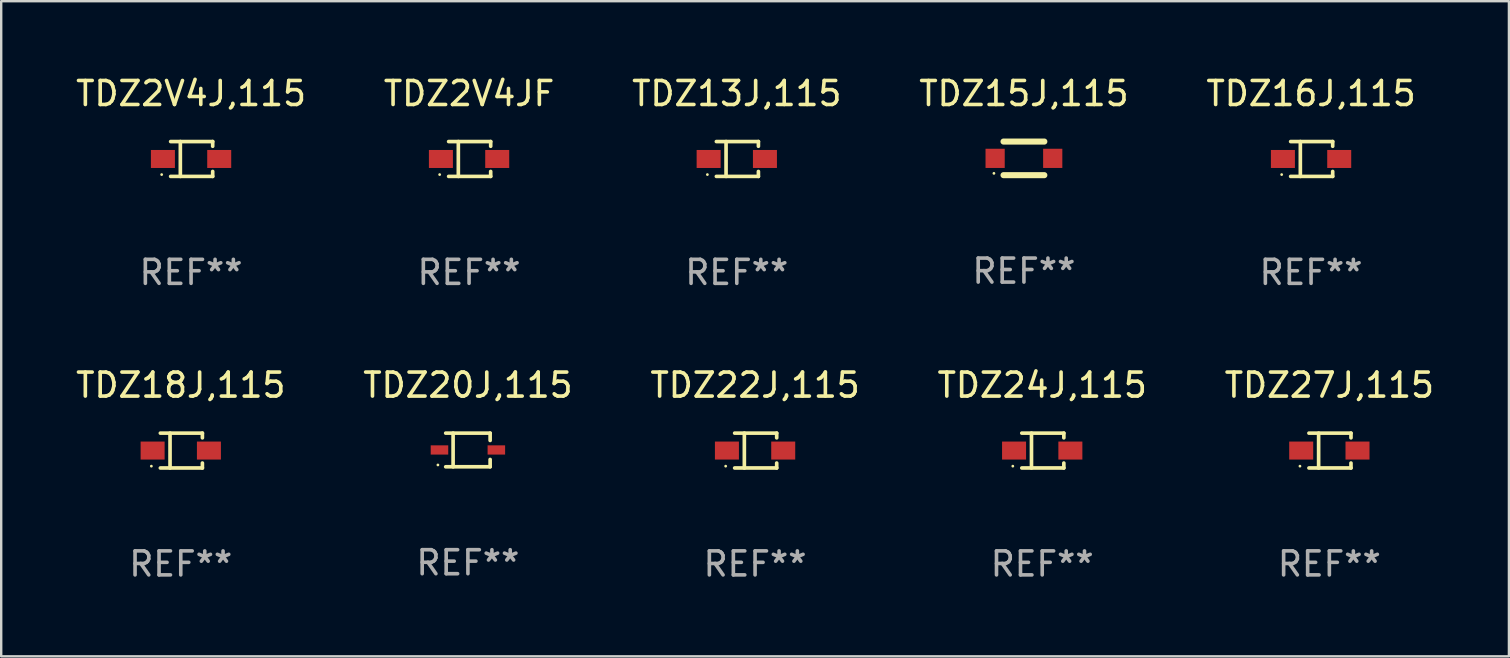
<source format=kicad_pcb>
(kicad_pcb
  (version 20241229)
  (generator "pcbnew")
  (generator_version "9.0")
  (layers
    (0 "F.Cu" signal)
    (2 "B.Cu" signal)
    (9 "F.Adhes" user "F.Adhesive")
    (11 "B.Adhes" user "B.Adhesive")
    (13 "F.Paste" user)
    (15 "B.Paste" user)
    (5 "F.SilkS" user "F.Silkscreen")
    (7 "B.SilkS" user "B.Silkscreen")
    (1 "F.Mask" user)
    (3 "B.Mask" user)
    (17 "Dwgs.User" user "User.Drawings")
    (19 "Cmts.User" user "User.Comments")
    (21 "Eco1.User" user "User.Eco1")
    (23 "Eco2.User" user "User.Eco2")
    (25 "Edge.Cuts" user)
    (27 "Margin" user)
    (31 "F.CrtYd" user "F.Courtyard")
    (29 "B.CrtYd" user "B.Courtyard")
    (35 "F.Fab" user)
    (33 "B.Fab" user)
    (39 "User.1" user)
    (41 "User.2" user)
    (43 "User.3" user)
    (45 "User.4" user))
  (footprint "TDZ13J,115"
    (layer "F.Cu")
    (at 27.649 3.574)
    (property "Reference" "TDZ13J,115" (at 0 -2.726 0) (layer "F.SilkS") (effects (font (size 1 1) (thickness 0.15))))
    (attr through_hole)
    (fp_line (start -0.851 -0.726) (end 0.901 -0.726) (stroke (width 0.152) (type solid)) (layer "F.SilkS"))
    (fp_line (start -0.851 0.726) (end 0.901 0.726) (stroke (width 0.152) (type solid)) (layer "F.SilkS"))
    (fp_line (start -0.447 -0.726) (end -0.447 0.726) (stroke (width 0.152) (type solid)) (layer "F.SilkS"))
    (fp_line (start 0.901 -0.726) (end 0.901 -0.53) (stroke (width 0.152) (type solid)) (layer "F.SilkS"))
    (fp_line (start 0.901 0.726) (end 0.901 0.52) (stroke (width 0.152) (type solid)) (layer "F.SilkS"))
    (fp_circle (center -1.225 0.65) (end -1.195 0.65) (stroke (width 0.06) (type solid)) (fill no) (layer "F.SilkS"))
    (fp_text user "REF**" (at 0 4.726 0) (layer "F.Fab") (effects (font (size 1 1) (thickness 0.15))))
    (pad "1" smd rect (at -1.173 0) (size 1 0.75) (layers "F.Cu" "F.Mask" "F.Paste"))
    (pad "2" smd rect (at 1.173 0) (size 1 0.75) (layers "F.Cu" "F.Mask" "F.Paste")))
  (footprint "TDZ16J,115"
    (layer "F.Cu")
    (at 51.577 3.574)
    (property "Reference" "TDZ16J,115" (at 0 -2.726 0) (layer "F.SilkS") (effects (font (size 1 1) (thickness 0.15))))
    (attr through_hole)
    (fp_line (start -0.851 -0.726) (end 0.901 -0.726) (stroke (width 0.152) (type solid)) (layer "F.SilkS"))
    (fp_line (start -0.851 0.726) (end 0.901 0.726) (stroke (width 0.152) (type solid)) (layer "F.SilkS"))
    (fp_line (start -0.447 -0.726) (end -0.447 0.726) (stroke (width 0.152) (type solid)) (layer "F.SilkS"))
    (fp_line (start 0.901 -0.726) (end 0.901 -0.53) (stroke (width 0.152) (type solid)) (layer "F.SilkS"))
    (fp_line (start 0.901 0.726) (end 0.901 0.52) (stroke (width 0.152) (type solid)) (layer "F.SilkS"))
    (fp_circle (center -1.225 0.65) (end -1.195 0.65) (stroke (width 0.06) (type solid)) (fill no) (layer "F.SilkS"))
    (fp_text user "REF**" (at 0 4.726 0) (layer "F.Fab") (effects (font (size 1 1) (thickness 0.15))))
    (pad "1" smd rect (at -1.173 0) (size 1 0.75) (layers "F.Cu" "F.Mask" "F.Paste"))
    (pad "2" smd rect (at 1.173 0) (size 1 0.75) (layers "F.Cu" "F.Mask" "F.Paste")))
  (footprint "TDZ2V4J,115"
    (layer "F.Cu")
    (at 4.911 3.574)
    (property "Reference" "TDZ2V4J,115" (at 0 -2.726 0) (layer "F.SilkS") (effects (font (size 1 1) (thickness 0.15))))
    (attr through_hole)
    (fp_line (start -0.851 -0.726) (end 0.901 -0.726) (stroke (width 0.152) (type solid)) (layer "F.SilkS"))
    (fp_line (start -0.851 0.726) (end 0.901 0.726) (stroke (width 0.152) (type solid)) (layer "F.SilkS"))
    (fp_line (start -0.447 -0.726) (end -0.447 0.726) (stroke (width 0.152) (type solid)) (layer "F.SilkS"))
    (fp_line (start 0.901 -0.726) (end 0.901 -0.53) (stroke (width 0.152) (type solid)) (layer "F.SilkS"))
    (fp_line (start 0.901 0.726) (end 0.901 0.52) (stroke (width 0.152) (type solid)) (layer "F.SilkS"))
    (fp_circle (center -1.225 0.65) (end -1.195 0.65) (stroke (width 0.06) (type solid)) (fill no) (layer "F.SilkS"))
    (fp_text user "REF**" (at 0 4.726 0) (layer "F.Fab") (effects (font (size 1 1) (thickness 0.15))))
    (pad "1" smd rect (at -1.173 0) (size 1 0.75) (layers "F.Cu" "F.Mask" "F.Paste"))
    (pad "2" smd rect (at 1.173 0) (size 1 0.75) (layers "F.Cu" "F.Mask" "F.Paste")))
  (footprint "TDZ20J,115"
    (layer "F.Cu")
    (at 16.446 15.698)
    (property "Reference" "TDZ20J,115" (at 0 -2.701 0) (layer "F.SilkS") (effects (font (size 1 1) (thickness 0.15))))
    (attr through_hole)
    (fp_line (start -0.926 -0.701) (end 0.926 -0.701) (stroke (width 0.152) (type solid)) (layer "F.SilkS"))
    (fp_line (start -0.926 0.701) (end 0.926 0.701) (stroke (width 0.152) (type solid)) (layer "F.SilkS"))
    (fp_line (start -0.617 -0.701) (end -0.617 0.701) (stroke (width 0.152) (type solid)) (layer "F.SilkS"))
    (fp_line (start 0.926 -0.701) (end 0.926 -0.396) (stroke (width 0.152) (type solid)) (layer "F.SilkS"))
    (fp_line (start 0.926 0.701) (end 0.926 0.396) (stroke (width 0.152) (type solid)) (layer "F.SilkS"))
    (fp_circle (center -1.25 0.625) (end -1.22 0.625) (stroke (width 0.06) (type solid)) (fill no) (layer "F.SilkS"))
    (fp_text user "REF**" (at 0 4.701 0) (layer "F.Fab") (effects (font (size 1 1) (thickness 0.15))))
    (pad "1" smd rect (at -1.185 0 180) (size 0.73 0.385) (layers "F.Cu" "F.Mask" "F.Paste"))
    (pad "2" smd rect (at 1.185 0 180) (size 0.73 0.385) (layers "F.Cu" "F.Mask" "F.Paste")))
  (footprint "TDZ2V4JF"
    (layer "F.Cu")
    (at 16.494 3.574)
    (property "Reference" "TDZ2V4JF" (at 0 -2.726 0) (layer "F.SilkS") (effects (font (size 1 1) (thickness 0.15))))
    (attr through_hole)
    (fp_line (start -0.851 -0.726) (end 0.901 -0.726) (stroke (width 0.152) (type solid)) (layer "F.SilkS"))
    (fp_line (start -0.851 0.726) (end 0.901 0.726) (stroke (width 0.152) (type solid)) (layer "F.SilkS"))
    (fp_line (start -0.447 -0.726) (end -0.447 0.726) (stroke (width 0.152) (type solid)) (layer "F.SilkS"))
    (fp_line (start 0.901 -0.726) (end 0.901 -0.53) (stroke (width 0.152) (type solid)) (layer "F.SilkS"))
    (fp_line (start 0.901 0.726) (end 0.901 0.52) (stroke (width 0.152) (type solid)) (layer "F.SilkS"))
    (fp_circle (center -1.225 0.65) (end -1.195 0.65) (stroke (width 0.06) (type solid)) (fill no) (layer "F.SilkS"))
    (fp_text user "REF**" (at 0 4.726 0) (layer "F.Fab") (effects (font (size 1 1) (thickness 0.15))))
    (pad "1" smd rect (at -1.173 0) (size 1 0.75) (layers "F.Cu" "F.Mask" "F.Paste"))
    (pad "2" smd rect (at 1.173 0) (size 1 0.75) (layers "F.Cu" "F.Mask" "F.Paste")))
  (footprint "TDZ24J,115"
    (layer "F.Cu")
    (at 40.375 15.723)
    (property "Reference" "TDZ24J,115" (at 0 -2.726 0) (layer "F.SilkS") (effects (font (size 1 1) (thickness 0.15))))
    (attr through_hole)
    (fp_line (start -0.851 -0.726) (end 0.901 -0.726) (stroke (width 0.152) (type solid)) (layer "F.SilkS"))
    (fp_line (start -0.851 0.726) (end 0.901 0.726) (stroke (width 0.152) (type solid)) (layer "F.SilkS"))
    (fp_line (start -0.447 -0.726) (end -0.447 0.726) (stroke (width 0.152) (type solid)) (layer "F.SilkS"))
    (fp_line (start 0.901 -0.726) (end 0.901 -0.53) (stroke (width 0.152) (type solid)) (layer "F.SilkS"))
    (fp_line (start 0.901 0.726) (end 0.901 0.52) (stroke (width 0.152) (type solid)) (layer "F.SilkS"))
    (fp_circle (center -1.225 0.65) (end -1.195 0.65) (stroke (width 0.06) (type solid)) (fill no) (layer "F.SilkS"))
    (fp_text user "REF**" (at 0 4.726 0) (layer "F.Fab") (effects (font (size 1 1) (thickness 0.15))))
    (pad "1" smd rect (at -1.173 0) (size 1 0.75) (layers "F.Cu" "F.Mask" "F.Paste"))
    (pad "2" smd rect (at 1.173 0) (size 1 0.75) (layers "F.Cu" "F.Mask" "F.Paste")))
  (footprint "TDZ27J,115"
    (layer "F.Cu")
    (at 52.339 15.723)
    (property "Reference" "TDZ27J,115" (at 0 -2.726 0) (layer "F.SilkS") (effects (font (size 1 1) (thickness 0.15))))
    (attr through_hole)
    (fp_line (start -0.851 -0.726) (end 0.901 -0.726) (stroke (width 0.152) (type solid)) (layer "F.SilkS"))
    (fp_line (start -0.851 0.726) (end 0.901 0.726) (stroke (width 0.152) (type solid)) (layer "F.SilkS"))
    (fp_line (start -0.447 -0.726) (end -0.447 0.726) (stroke (width 0.152) (type solid)) (layer "F.SilkS"))
    (fp_line (start 0.901 -0.726) (end 0.901 -0.53) (stroke (width 0.152) (type solid)) (layer "F.SilkS"))
    (fp_line (start 0.901 0.726) (end 0.901 0.52) (stroke (width 0.152) (type solid)) (layer "F.SilkS"))
    (fp_circle (center -1.225 0.65) (end -1.195 0.65) (stroke (width 0.06) (type solid)) (fill no) (layer "F.SilkS"))
    (fp_text user "REF**" (at 0 4.726 0) (layer "F.Fab") (effects (font (size 1 1) (thickness 0.15))))
    (pad "1" smd rect (at -1.173 0) (size 1 0.75) (layers "F.Cu" "F.Mask" "F.Paste"))
    (pad "2" smd rect (at 1.173 0) (size 1 0.75) (layers "F.Cu" "F.Mask" "F.Paste")))
  (footprint "TDZ22J,115"
    (layer "F.Cu")
    (at 28.411 15.723)
    (property "Reference" "TDZ22J,115" (at 0 -2.726 0) (layer "F.SilkS") (effects (font (size 1 1) (thickness 0.15))))
    (attr through_hole)
    (fp_line (start -0.851 -0.726) (end 0.901 -0.726) (stroke (width 0.152) (type solid)) (layer "F.SilkS"))
    (fp_line (start -0.851 0.726) (end 0.901 0.726) (stroke (width 0.152) (type solid)) (layer "F.SilkS"))
    (fp_line (start -0.447 -0.726) (end -0.447 0.726) (stroke (width 0.152) (type solid)) (layer "F.SilkS"))
    (fp_line (start 0.901 -0.726) (end 0.901 -0.53) (stroke (width 0.152) (type solid)) (layer "F.SilkS"))
    (fp_line (start 0.901 0.726) (end 0.901 0.52) (stroke (width 0.152) (type solid)) (layer "F.SilkS"))
    (fp_circle (center -1.225 0.65) (end -1.195 0.65) (stroke (width 0.06) (type solid)) (fill no) (layer "F.SilkS"))
    (fp_text user "REF**" (at 0 4.726 0) (layer "F.Fab") (effects (font (size 1 1) (thickness 0.15))))
    (pad "1" smd rect (at -1.173 0) (size 1 0.75) (layers "F.Cu" "F.Mask" "F.Paste"))
    (pad "2" smd rect (at 1.173 0) (size 1 0.75) (layers "F.Cu" "F.Mask" "F.Paste")))
  (footprint "TDZ15J,115"
    (layer "F.Cu")
    (at 39.613 3.548)
    (property "Reference" "TDZ15J,115" (at 0 -2.7 0) (layer "F.SilkS") (effects (font (size 1 1) (thickness 0.15))))
    (attr through_hole)
    (fp_line (start -0.85 -0.7) (end 0.85 -0.7) (stroke (width 0.254) (type solid)) (layer "F.SilkS"))
    (fp_line (start -0.85 0.7) (end 0.85 0.7) (stroke (width 0.254) (type solid)) (layer "F.SilkS"))
    (fp_circle (center -1.25 0.625) (end -1.22 0.625) (stroke (width 0.06) (type solid)) (fill no) (layer "F.SilkS"))
    (fp_text user "REF**" (at 0 4.7 0) (layer "F.Fab") (effects (font (size 1 1) (thickness 0.15))))
    (pad "1" smd rect (at -1.2 0) (size 0.8 0.8) (layers "F.Cu" "F.Mask" "F.Paste"))
    (pad "2" smd rect (at 1.2 0) (size 0.8 0.8) (layers "F.Cu" "F.Mask" "F.Paste")))
  (footprint "TDZ18J,115"
    (layer "F.Cu")
    (at 4.482 15.723)
    (property "Reference" "TDZ18J,115" (at 0 -2.726 0) (layer "F.SilkS") (effects (font (size 1 1) (thickness 0.15))))
    (attr through_hole)
    (fp_line (start -0.851 -0.726) (end 0.901 -0.726) (stroke (width 0.152) (type solid)) (layer "F.SilkS"))
    (fp_line (start -0.851 0.726) (end 0.901 0.726) (stroke (width 0.152) (type solid)) (layer "F.SilkS"))
    (fp_line (start -0.447 -0.726) (end -0.447 0.726) (stroke (width 0.152) (type solid)) (layer "F.SilkS"))
    (fp_line (start 0.901 -0.726) (end 0.901 -0.53) (stroke (width 0.152) (type solid)) (layer "F.SilkS"))
    (fp_line (start 0.901 0.726) (end 0.901 0.52) (stroke (width 0.152) (type solid)) (layer "F.SilkS"))
    (fp_circle (center -1.225 0.65) (end -1.195 0.65) (stroke (width 0.06) (type solid)) (fill no) (layer "F.SilkS"))
    (fp_text user "REF**" (at 0 4.726 0) (layer "F.Fab") (effects (font (size 1 1) (thickness 0.15))))
    (pad "1" smd rect (at -1.173 0) (size 1 0.75) (layers "F.Cu" "F.Mask" "F.Paste"))
    (pad "2" smd rect (at 1.173 0) (size 1 0.75) (layers "F.Cu" "F.Mask" "F.Paste")))
  (gr_rect
    (start -3 -3)
    (end 59.821 24.298)
    (stroke (width 0.1) (type default))
    (fill no)
    (layer "Edge.Cuts")))
</source>
